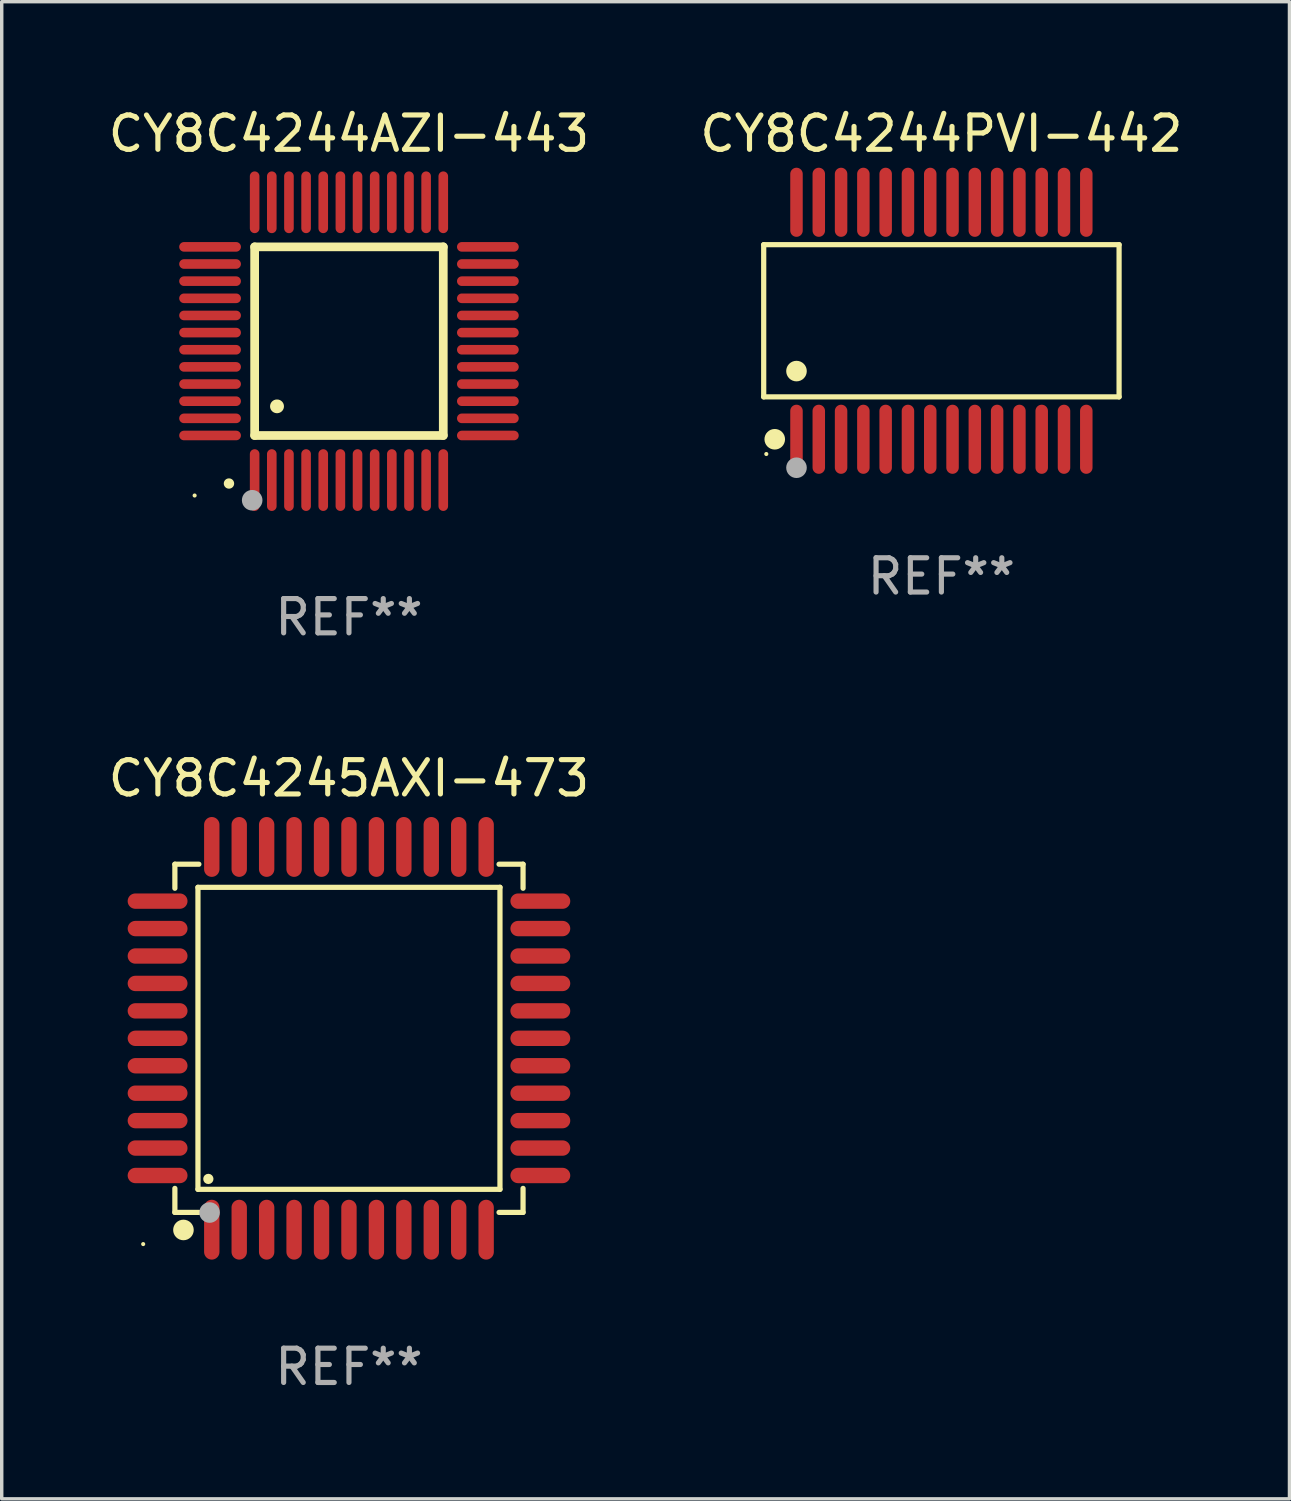
<source format=kicad_pcb>
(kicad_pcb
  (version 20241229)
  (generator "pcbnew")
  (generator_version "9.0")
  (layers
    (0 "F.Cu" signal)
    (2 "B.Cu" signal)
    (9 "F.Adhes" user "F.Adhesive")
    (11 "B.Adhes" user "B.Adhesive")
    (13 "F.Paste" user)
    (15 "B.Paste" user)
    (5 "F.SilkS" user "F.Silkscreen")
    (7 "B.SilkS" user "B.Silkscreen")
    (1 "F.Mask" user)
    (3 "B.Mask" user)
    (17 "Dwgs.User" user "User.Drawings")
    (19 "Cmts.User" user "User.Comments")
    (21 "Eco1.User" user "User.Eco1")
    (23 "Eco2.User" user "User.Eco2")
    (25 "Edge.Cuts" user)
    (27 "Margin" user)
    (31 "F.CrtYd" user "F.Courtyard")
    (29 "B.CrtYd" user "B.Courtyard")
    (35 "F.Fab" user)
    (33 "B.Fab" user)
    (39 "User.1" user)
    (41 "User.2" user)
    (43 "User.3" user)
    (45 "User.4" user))
  (footprint "CY8C4244PVI-442"
    (layer "F.Cu")
    (at 24.399 6.303)
    (property "Reference" "CY8C4244PVI-442" (at 0 -5.455 0) (layer "F.SilkS") (effects (font (size 1 1) (thickness 0.15))))
    (attr through_hole)
    (fp_line (start -5.181 -2.219) (end 5.181 -2.219) (stroke (width 0.152) (type solid)) (layer "F.SilkS"))
    (fp_line (start -5.181 2.219) (end -5.181 -2.219) (stroke (width 0.152) (type solid)) (layer "F.SilkS"))
    (fp_line (start 5.181 -2.219) (end 5.181 2.219) (stroke (width 0.152) (type solid)) (layer "F.SilkS"))
    (fp_line (start 5.181 2.219) (end -5.181 2.219) (stroke (width 0.152) (type solid)) (layer "F.SilkS"))
    (fp_circle (center -5.105 3.885) (end -5.075 3.885) (stroke (width 0.06) (type solid)) (fill no) (layer "F.SilkS"))
    (fp_circle (center -4.859 3.455) (end -4.709 3.455) (stroke (width 0.3) (type solid)) (fill no) (layer "F.SilkS"))
    (fp_circle (center -4.225 1.467) (end -4.075 1.467) (stroke (width 0.3) (type solid)) (fill no) (layer "F.SilkS"))
    (fp_circle (center -4.225 4.285) (end -4.075 4.285) (stroke (width 0.3) (type solid)) (fill no) (layer "F.Fab"))
    (fp_text user "REF**" (at 0 7.455 0) (layer "F.Fab") (effects (font (size 1 1) (thickness 0.15))))
    (pad "1" smd oval (at -4.225 3.455) (size 0.364 2.015) (layers "F.Cu" "F.Mask" "F.Paste"))
    (pad "2" smd oval (at -3.575 3.455) (size 0.364 2.015) (layers "F.Cu" "F.Mask" "F.Paste"))
    (pad "3" smd oval (at -2.925 3.455) (size 0.364 2.015) (layers "F.Cu" "F.Mask" "F.Paste"))
    (pad "4" smd oval (at -2.275 3.455) (size 0.364 2.015) (layers "F.Cu" "F.Mask" "F.Paste"))
    (pad "5" smd oval (at -1.625 3.455) (size 0.364 2.015) (layers "F.Cu" "F.Mask" "F.Paste"))
    (pad "6" smd oval (at -0.975 3.455) (size 0.364 2.015) (layers "F.Cu" "F.Mask" "F.Paste"))
    (pad "7" smd oval (at -0.325 3.455) (size 0.364 2.015) (layers "F.Cu" "F.Mask" "F.Paste"))
    (pad "8" smd oval (at 0.325 3.455) (size 0.364 2.015) (layers "F.Cu" "F.Mask" "F.Paste"))
    (pad "9" smd oval (at 0.975 3.455) (size 0.364 2.015) (layers "F.Cu" "F.Mask" "F.Paste"))
    (pad "10" smd oval (at 1.625 3.455) (size 0.364 2.015) (layers "F.Cu" "F.Mask" "F.Paste"))
    (pad "11" smd oval (at 2.275 3.455) (size 0.364 2.015) (layers "F.Cu" "F.Mask" "F.Paste"))
    (pad "12" smd oval (at 2.925 3.455) (size 0.364 2.015) (layers "F.Cu" "F.Mask" "F.Paste"))
    (pad "13" smd oval (at 3.575 3.455) (size 0.364 2.015) (layers "F.Cu" "F.Mask" "F.Paste"))
    (pad "14" smd oval (at 4.225 3.455) (size 0.364 2.015) (layers "F.Cu" "F.Mask" "F.Paste"))
    (pad "15" smd oval (at 4.225 -3.455) (size 0.364 2.015) (layers "F.Cu" "F.Mask" "F.Paste"))
    (pad "16" smd oval (at 3.575 -3.455) (size 0.364 2.015) (layers "F.Cu" "F.Mask" "F.Paste"))
    (pad "17" smd oval (at 2.925 -3.455) (size 0.364 2.015) (layers "F.Cu" "F.Mask" "F.Paste"))
    (pad "18" smd oval (at 2.275 -3.455) (size 0.364 2.015) (layers "F.Cu" "F.Mask" "F.Paste"))
    (pad "19" smd oval (at 1.625 -3.455) (size 0.364 2.015) (layers "F.Cu" "F.Mask" "F.Paste"))
    (pad "20" smd oval (at 0.975 -3.455) (size 0.364 2.015) (layers "F.Cu" "F.Mask" "F.Paste"))
    (pad "21" smd oval (at 0.325 -3.455) (size 0.364 2.015) (layers "F.Cu" "F.Mask" "F.Paste"))
    (pad "22" smd oval (at -0.325 -3.455) (size 0.364 2.015) (layers "F.Cu" "F.Mask" "F.Paste"))
    (pad "23" smd oval (at -0.975 -3.455) (size 0.364 2.015) (layers "F.Cu" "F.Mask" "F.Paste"))
    (pad "24" smd oval (at -1.625 -3.455) (size 0.364 2.015) (layers "F.Cu" "F.Mask" "F.Paste"))
    (pad "25" smd oval (at -2.275 -3.455) (size 0.364 2.015) (layers "F.Cu" "F.Mask" "F.Paste"))
    (pad "26" smd oval (at -2.925 -3.455) (size 0.364 2.015) (layers "F.Cu" "F.Mask" "F.Paste"))
    (pad "27" smd oval (at -3.575 -3.455) (size 0.364 2.015) (layers "F.Cu" "F.Mask" "F.Paste"))
    (pad "28" smd oval (at -4.225 -3.455) (size 0.364 2.015) (layers "F.Cu" "F.Mask" "F.Paste")))
  (footprint "CY8C4245AXI-473"
    (layer "F.Cu")
    (at 7.125 27.225)
    (property "Reference" "CY8C4245AXI-473" (at 0 -7.58 0) (layer "F.SilkS") (effects (font (size 1 1) (thickness 0.15))))
    (attr through_hole)
    (fp_line (start -5.076 -5.076) (end -5.076 -4.376) (stroke (width 0.152) (type solid)) (layer "F.SilkS"))
    (fp_line (start -5.076 5.076) (end -5.076 4.376) (stroke (width 0.152) (type solid)) (layer "F.SilkS"))
    (fp_line (start -4.403 -4.403) (end 4.403 -4.403) (stroke (width 0.152) (type solid)) (layer "F.SilkS"))
    (fp_line (start -4.403 4.403) (end -4.403 -4.403) (stroke (width 0.152) (type solid)) (layer "F.SilkS"))
    (fp_line (start -4.376 -5.076) (end -5.076 -5.076) (stroke (width 0.152) (type solid)) (layer "F.SilkS"))
    (fp_line (start -4.376 5.076) (end -5.076 5.076) (stroke (width 0.152) (type solid)) (layer "F.SilkS"))
    (fp_line (start 4.376 -5.076) (end 5.076 -5.076) (stroke (width 0.152) (type solid)) (layer "F.SilkS"))
    (fp_line (start 4.376 5.076) (end 5.076 5.076) (stroke (width 0.152) (type solid)) (layer "F.SilkS"))
    (fp_line (start 4.403 -4.403) (end 4.403 4.403) (stroke (width 0.152) (type solid)) (layer "F.SilkS"))
    (fp_line (start 4.403 4.403) (end -4.403 4.403) (stroke (width 0.152) (type solid)) (layer "F.SilkS"))
    (fp_line (start 5.076 -5.076) (end 5.076 -4.376) (stroke (width 0.152) (type solid)) (layer "F.SilkS"))
    (fp_line (start 5.076 5.076) (end 5.076 4.376) (stroke (width 0.152) (type solid)) (layer "F.SilkS"))
    (fp_circle (center -6 6) (end -5.97 6) (stroke (width 0.06) (type solid)) (fill no) (layer "F.SilkS"))
    (fp_circle (center -4.826 5.588) (end -4.676 5.588) (stroke (width 0.3) (type solid)) (fill no) (layer "F.SilkS"))
    (fp_circle (center -4.1 4.1) (end -4.025 4.1) (stroke (width 0.15) (type solid)) (fill no) (layer "F.SilkS"))
    (fp_circle (center -4.064 5.08) (end -3.914 5.08) (stroke (width 0.3) (type solid)) (fill no) (layer "F.Fab"))
    (fp_text user "REF**" (at 0 9.58 0) (layer "F.Fab") (effects (font (size 1 1) (thickness 0.15))))
    (pad "1" smd oval (at -4 5.58) (size 0.448 1.745) (layers "F.Cu" "F.Mask" "F.Paste"))
    (pad "2" smd oval (at -3.2 5.58) (size 0.448 1.745) (layers "F.Cu" "F.Mask" "F.Paste"))
    (pad "3" smd oval (at -2.4 5.58) (size 0.448 1.745) (layers "F.Cu" "F.Mask" "F.Paste"))
    (pad "4" smd oval (at -1.6 5.58) (size 0.448 1.745) (layers "F.Cu" "F.Mask" "F.Paste"))
    (pad "5" smd oval (at -0.8 5.58) (size 0.448 1.745) (layers "F.Cu" "F.Mask" "F.Paste"))
    (pad "6" smd oval (at 0 5.58) (size 0.448 1.745) (layers "F.Cu" "F.Mask" "F.Paste"))
    (pad "7" smd oval (at 0.8 5.58) (size 0.448 1.745) (layers "F.Cu" "F.Mask" "F.Paste"))
    (pad "8" smd oval (at 1.6 5.58) (size 0.448 1.745) (layers "F.Cu" "F.Mask" "F.Paste"))
    (pad "9" smd oval (at 2.4 5.58) (size 0.448 1.745) (layers "F.Cu" "F.Mask" "F.Paste"))
    (pad "10" smd oval (at 3.2 5.58) (size 0.448 1.745) (layers "F.Cu" "F.Mask" "F.Paste"))
    (pad "11" smd oval (at 4 5.58) (size 0.448 1.745) (layers "F.Cu" "F.Mask" "F.Paste"))
    (pad "12" smd oval (at 5.58 4) (size 1.745 0.448) (layers "F.Cu" "F.Mask" "F.Paste"))
    (pad "13" smd oval (at 5.58 3.2) (size 1.745 0.448) (layers "F.Cu" "F.Mask" "F.Paste"))
    (pad "14" smd oval (at 5.58 2.4) (size 1.745 0.448) (layers "F.Cu" "F.Mask" "F.Paste"))
    (pad "15" smd oval (at 5.58 1.6) (size 1.745 0.448) (layers "F.Cu" "F.Mask" "F.Paste"))
    (pad "16" smd oval (at 5.58 0.8) (size 1.745 0.448) (layers "F.Cu" "F.Mask" "F.Paste"))
    (pad "17" smd oval (at 5.58 0) (size 1.745 0.448) (layers "F.Cu" "F.Mask" "F.Paste"))
    (pad "18" smd oval (at 5.58 -0.8) (size 1.745 0.448) (layers "F.Cu" "F.Mask" "F.Paste"))
    (pad "19" smd oval (at 5.58 -1.6) (size 1.745 0.448) (layers "F.Cu" "F.Mask" "F.Paste"))
    (pad "20" smd oval (at 5.58 -2.4) (size 1.745 0.448) (layers "F.Cu" "F.Mask" "F.Paste"))
    (pad "21" smd oval (at 5.58 -3.2) (size 1.745 0.448) (layers "F.Cu" "F.Mask" "F.Paste"))
    (pad "22" smd oval (at 5.58 -4) (size 1.745 0.448) (layers "F.Cu" "F.Mask" "F.Paste"))
    (pad "23" smd oval (at 4 -5.58) (size 0.448 1.745) (layers "F.Cu" "F.Mask" "F.Paste"))
    (pad "24" smd oval (at 3.2 -5.58) (size 0.448 1.745) (layers "F.Cu" "F.Mask" "F.Paste"))
    (pad "25" smd oval (at 2.4 -5.58) (size 0.448 1.745) (layers "F.Cu" "F.Mask" "F.Paste"))
    (pad "26" smd oval (at 1.6 -5.58) (size 0.448 1.745) (layers "F.Cu" "F.Mask" "F.Paste"))
    (pad "27" smd oval (at 0.8 -5.58) (size 0.448 1.745) (layers "F.Cu" "F.Mask" "F.Paste"))
    (pad "28" smd oval (at 0 -5.58) (size 0.448 1.745) (layers "F.Cu" "F.Mask" "F.Paste"))
    (pad "29" smd oval (at -0.8 -5.58) (size 0.448 1.745) (layers "F.Cu" "F.Mask" "F.Paste"))
    (pad "30" smd oval (at -1.6 -5.58) (size 0.448 1.745) (layers "F.Cu" "F.Mask" "F.Paste"))
    (pad "31" smd oval (at -2.4 -5.58) (size 0.448 1.745) (layers "F.Cu" "F.Mask" "F.Paste"))
    (pad "32" smd oval (at -3.2 -5.58) (size 0.448 1.745) (layers "F.Cu" "F.Mask" "F.Paste"))
    (pad "33" smd oval (at -4 -5.58) (size 0.448 1.745) (layers "F.Cu" "F.Mask" "F.Paste"))
    (pad "34" smd oval (at -5.58 -4) (size 1.745 0.448) (layers "F.Cu" "F.Mask" "F.Paste"))
    (pad "35" smd oval (at -5.58 -3.2) (size 1.745 0.448) (layers "F.Cu" "F.Mask" "F.Paste"))
    (pad "36" smd oval (at -5.58 -2.4) (size 1.745 0.448) (layers "F.Cu" "F.Mask" "F.Paste"))
    (pad "37" smd oval (at -5.58 -1.6) (size 1.745 0.448) (layers "F.Cu" "F.Mask" "F.Paste"))
    (pad "38" smd oval (at -5.58 -0.8) (size 1.745 0.448) (layers "F.Cu" "F.Mask" "F.Paste"))
    (pad "39" smd oval (at -5.58 0) (size 1.745 0.448) (layers "F.Cu" "F.Mask" "F.Paste"))
    (pad "40" smd oval (at -5.58 0.8) (size 1.745 0.448) (layers "F.Cu" "F.Mask" "F.Paste"))
    (pad "41" smd oval (at -5.58 1.6) (size 1.745 0.448) (layers "F.Cu" "F.Mask" "F.Paste"))
    (pad "42" smd oval (at -5.58 2.4) (size 1.745 0.448) (layers "F.Cu" "F.Mask" "F.Paste"))
    (pad "43" smd oval (at -5.58 3.2) (size 1.745 0.448) (layers "F.Cu" "F.Mask" "F.Paste"))
    (pad "44" smd oval (at -5.58 4) (size 1.745 0.448) (layers "F.Cu" "F.Mask" "F.Paste")))
  (footprint "CY8C4244AZI-443"
    (layer "F.Cu")
    (at 7.125 6.898)
    (property "Reference" "CY8C4244AZI-443" (at 0 -6.05 0) (layer "F.SilkS") (effects (font (size 1 1) (thickness 0.15))))
    (attr through_hole)
    (fp_line (start -2.75 -2.75) (end 2.75 -2.75) (stroke (width 0.254) (type solid)) (layer "F.SilkS"))
    (fp_line (start -2.75 2.75) (end -2.75 -2.75) (stroke (width 0.254) (type solid)) (layer "F.SilkS"))
    (fp_line (start 2.75 -2.75) (end 2.75 2.75) (stroke (width 0.254) (type solid)) (layer "F.SilkS"))
    (fp_line (start 2.75 2.75) (end -2.75 2.75) (stroke (width 0.254) (type solid)) (layer "F.SilkS"))
    (fp_arc (start -3.500127 4.150368) (mid -3.498857 4.150363) (end -3.497587 4.150368) (stroke (width 0.3) (type solid)) (layer "F.SilkS"))
    (fp_arc (start -2.100584 1.899924) (mid -2.098044 1.899908) (end -2.095504 1.899924) (stroke (width 0.4) (type solid)) (layer "F.SilkS"))
    (fp_circle (center -4.5 4.5) (end -4.47 4.5) (stroke (width 0.06) (type solid)) (fill no) (layer "F.SilkS"))
    (fp_circle (center -2.822 4.638) (end -2.672 4.638) (stroke (width 0.3) (type solid)) (fill no) (layer "F.Fab"))
    (fp_text user "REF**" (at 0 8.05 0) (layer "F.Fab") (effects (font (size 1 1) (thickness 0.15))))
    (pad "1" smd oval (at -2.75 4.05) (size 0.28 1.8) (layers "F.Cu" "F.Mask" "F.Paste"))
    (pad "2" smd oval (at -2.25 4.05) (size 0.28 1.8) (layers "F.Cu" "F.Mask" "F.Paste"))
    (pad "3" smd oval (at -1.75 4.05) (size 0.28 1.8) (layers "F.Cu" "F.Mask" "F.Paste"))
    (pad "4" smd oval (at -1.25 4.05) (size 0.28 1.8) (layers "F.Cu" "F.Mask" "F.Paste"))
    (pad "5" smd oval (at -0.75 4.05) (size 0.28 1.8) (layers "F.Cu" "F.Mask" "F.Paste"))
    (pad "6" smd oval (at -0.25 4.05) (size 0.28 1.8) (layers "F.Cu" "F.Mask" "F.Paste"))
    (pad "7" smd oval (at 0.25 4.05) (size 0.28 1.8) (layers "F.Cu" "F.Mask" "F.Paste"))
    (pad "8" smd oval (at 0.75 4.05) (size 0.28 1.8) (layers "F.Cu" "F.Mask" "F.Paste"))
    (pad "9" smd oval (at 1.25 4.05) (size 0.28 1.8) (layers "F.Cu" "F.Mask" "F.Paste"))
    (pad "10" smd oval (at 1.75 4.05) (size 0.28 1.8) (layers "F.Cu" "F.Mask" "F.Paste"))
    (pad "11" smd oval (at 2.25 4.05) (size 0.28 1.8) (layers "F.Cu" "F.Mask" "F.Paste"))
    (pad "12" smd oval (at 2.75 4.05) (size 0.28 1.8) (layers "F.Cu" "F.Mask" "F.Paste"))
    (pad "13" smd oval (at 4.05 2.75) (size 1.8 0.28) (layers "F.Cu" "F.Mask" "F.Paste"))
    (pad "14" smd oval (at 4.05 2.25) (size 1.8 0.28) (layers "F.Cu" "F.Mask" "F.Paste"))
    (pad "15" smd oval (at 4.05 1.75) (size 1.8 0.28) (layers "F.Cu" "F.Mask" "F.Paste"))
    (pad "16" smd oval (at 4.05 1.25) (size 1.8 0.28) (layers "F.Cu" "F.Mask" "F.Paste"))
    (pad "17" smd oval (at 4.05 0.75) (size 1.8 0.28) (layers "F.Cu" "F.Mask" "F.Paste"))
    (pad "18" smd oval (at 4.05 0.25) (size 1.8 0.28) (layers "F.Cu" "F.Mask" "F.Paste"))
    (pad "19" smd oval (at 4.05 -0.25) (size 1.8 0.28) (layers "F.Cu" "F.Mask" "F.Paste"))
    (pad "20" smd oval (at 4.05 -0.75) (size 1.8 0.28) (layers "F.Cu" "F.Mask" "F.Paste"))
    (pad "21" smd oval (at 4.05 -1.25) (size 1.8 0.28) (layers "F.Cu" "F.Mask" "F.Paste"))
    (pad "22" smd oval (at 4.05 -1.75) (size 1.8 0.28) (layers "F.Cu" "F.Mask" "F.Paste"))
    (pad "23" smd oval (at 4.05 -2.25) (size 1.8 0.28) (layers "F.Cu" "F.Mask" "F.Paste"))
    (pad "24" smd oval (at 4.05 -2.75) (size 1.8 0.28) (layers "F.Cu" "F.Mask" "F.Paste"))
    (pad "25" smd oval (at 2.75 -4.05) (size 0.28 1.8) (layers "F.Cu" "F.Mask" "F.Paste"))
    (pad "26" smd oval (at 2.25 -4.05) (size 0.28 1.8) (layers "F.Cu" "F.Mask" "F.Paste"))
    (pad "27" smd oval (at 1.75 -4.05) (size 0.28 1.8) (layers "F.Cu" "F.Mask" "F.Paste"))
    (pad "28" smd oval (at 1.25 -4.05) (size 0.28 1.8) (layers "F.Cu" "F.Mask" "F.Paste"))
    (pad "29" smd oval (at 0.75 -4.05) (size 0.28 1.8) (layers "F.Cu" "F.Mask" "F.Paste"))
    (pad "30" smd oval (at 0.25 -4.05) (size 0.28 1.8) (layers "F.Cu" "F.Mask" "F.Paste"))
    (pad "31" smd oval (at -0.25 -4.05) (size 0.28 1.8) (layers "F.Cu" "F.Mask" "F.Paste"))
    (pad "32" smd oval (at -0.75 -4.05) (size 0.28 1.8) (layers "F.Cu" "F.Mask" "F.Paste"))
    (pad "33" smd oval (at -1.25 -4.05) (size 0.28 1.8) (layers "F.Cu" "F.Mask" "F.Paste"))
    (pad "34" smd oval (at -1.75 -4.05) (size 0.28 1.8) (layers "F.Cu" "F.Mask" "F.Paste"))
    (pad "35" smd oval (at -2.25 -4.05) (size 0.28 1.8) (layers "F.Cu" "F.Mask" "F.Paste"))
    (pad "36" smd oval (at -2.75 -4.05) (size 0.28 1.8) (layers "F.Cu" "F.Mask" "F.Paste"))
    (pad "37" smd oval (at -4.05 -2.75) (size 1.8 0.28) (layers "F.Cu" "F.Mask" "F.Paste"))
    (pad "38" smd oval (at -4.05 -2.25) (size 1.8 0.28) (layers "F.Cu" "F.Mask" "F.Paste"))
    (pad "39" smd oval (at -4.05 -1.75) (size 1.8 0.28) (layers "F.Cu" "F.Mask" "F.Paste"))
    (pad "40" smd oval (at -4.05 -1.25) (size 1.8 0.28) (layers "F.Cu" "F.Mask" "F.Paste"))
    (pad "41" smd oval (at -4.05 -0.75) (size 1.8 0.28) (layers "F.Cu" "F.Mask" "F.Paste"))
    (pad "42" smd oval (at -4.05 -0.25) (size 1.8 0.28) (layers "F.Cu" "F.Mask" "F.Paste"))
    (pad "43" smd oval (at -4.05 0.25) (size 1.8 0.28) (layers "F.Cu" "F.Mask" "F.Paste"))
    (pad "44" smd oval (at -4.05 0.75) (size 1.8 0.28) (layers "F.Cu" "F.Mask" "F.Paste"))
    (pad "45" smd oval (at -4.05 1.25) (size 1.8 0.28) (layers "F.Cu" "F.Mask" "F.Paste"))
    (pad "46" smd oval (at -4.05 1.75) (size 1.8 0.28) (layers "F.Cu" "F.Mask" "F.Paste"))
    (pad "47" smd oval (at -4.05 2.25) (size 1.8 0.28) (layers "F.Cu" "F.Mask" "F.Paste"))
    (pad "48" smd oval (at -4.05 2.75) (size 1.8 0.28) (layers "F.Cu" "F.Mask" "F.Paste")))
  (gr_rect
    (start -3 -3)
    (end 34.548 40.653)
    (stroke (width 0.1) (type default))
    (fill no)
    (layer "Edge.Cuts")))
</source>
